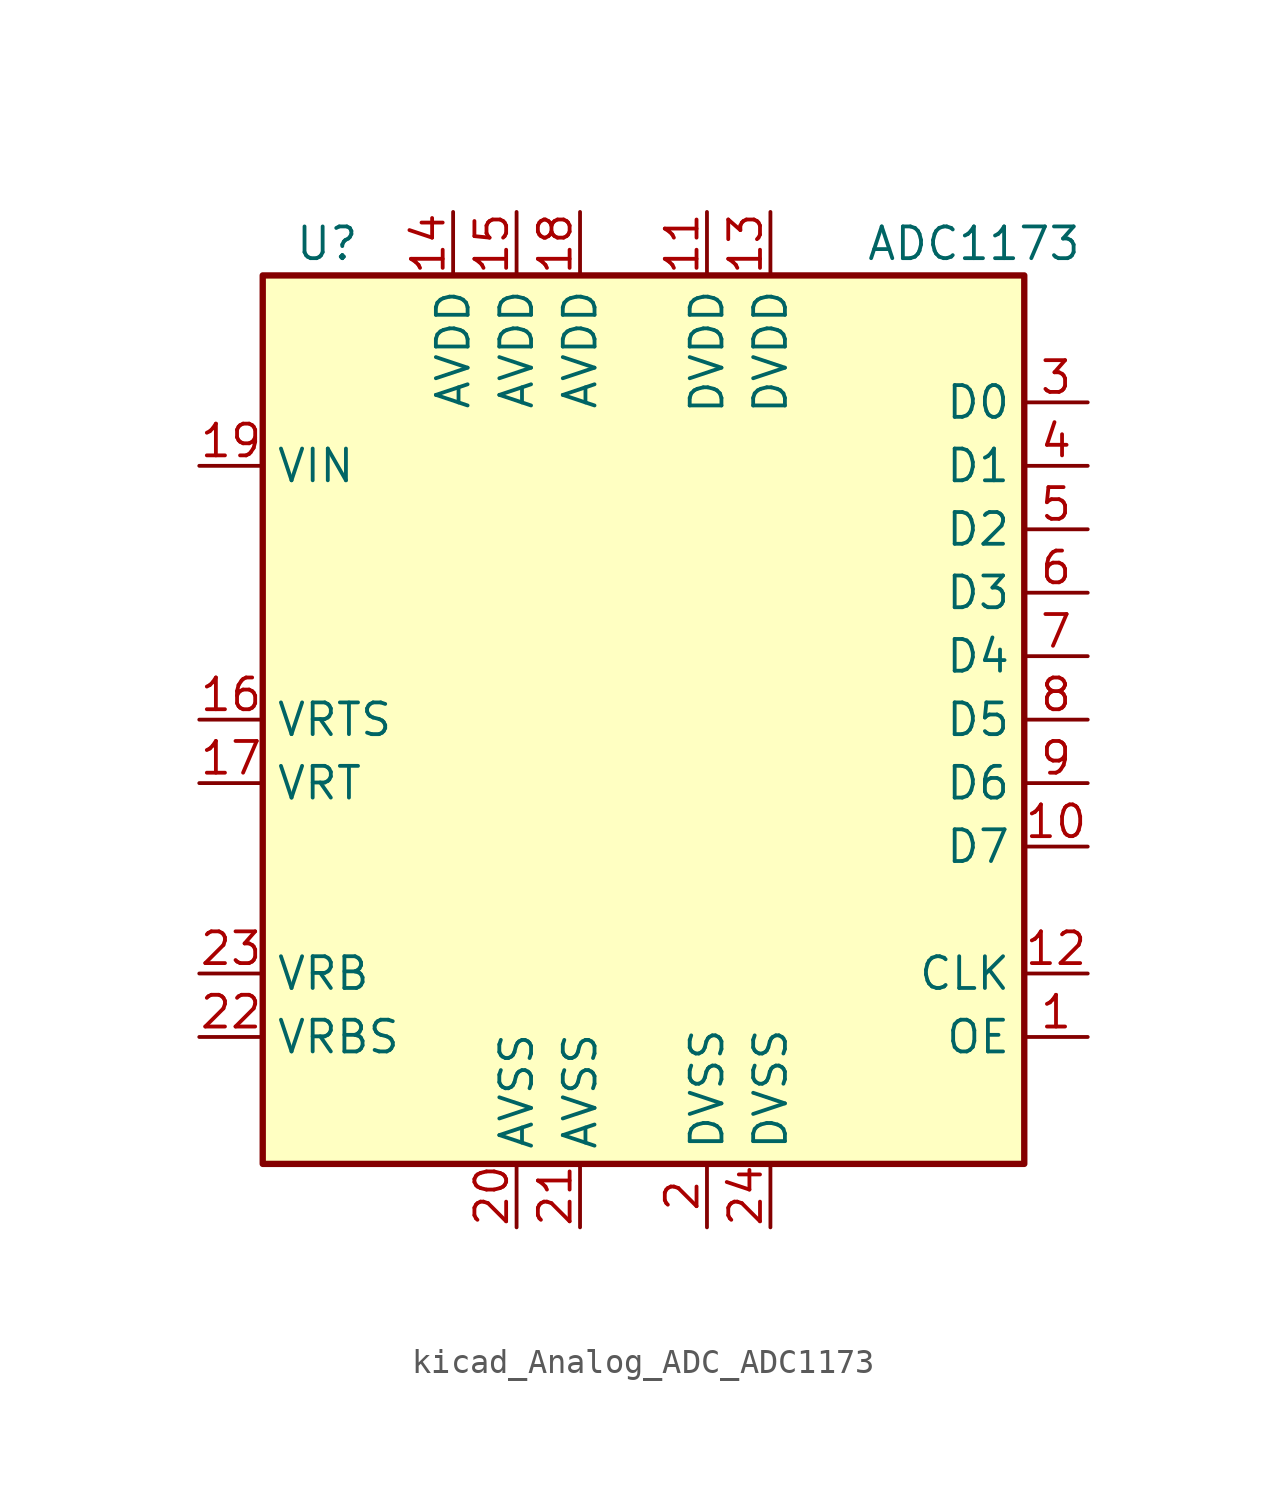
<source format=kicad_sym>
(kicad_symbol_lib
  (version 20220914)
  (generator kicad_symbol_editor)
  (symbol "kicad_Analog_ADC_ADC1173"
    (property "Reference" "U"
      (at -13.97 19.05 0)
      (effects (font (size 1.27 1.27)) (justify left)))
    (property "Value" "ADC1173"
      (at 8.89 19.05 0)
      (effects (font (size 1.27 1.27)) (justify left)))
    (symbol "kicad_Analog_ADC_ADC1173_0_1"
      (rectangle (start -15.24 17.78) (end 15.24 -17.78) (stroke (width 0.254) (type default)) (fill (type background))))
    (symbol "kicad_Analog_ADC_ADC1173_1_1"
      (pin input line (at 17.78 -12.7 180) (length 2.54) (name "OE" (effects (font (size 1.27 1.27)))) (number "1" (effects (font (size 1.27 1.27)))))
      (pin tri_state line (at 17.78 -5.08 180) (length 2.54) (name "D7" (effects (font (size 1.27 1.27)))) (number "10" (effects (font (size 1.27 1.27)))))
      (pin power_in line (at 2.54 20.32 270) (length 2.54) (name "DVDD" (effects (font (size 1.27 1.27)))) (number "11" (effects (font (size 1.27 1.27)))))
      (pin input line (at 17.78 -10.16 180) (length 2.54) (name "CLK" (effects (font (size 1.27 1.27)))) (number "12" (effects (font (size 1.27 1.27)))))
      (pin power_in line (at 5.08 20.32 270) (length 2.54) (name "DVDD" (effects (font (size 1.27 1.27)))) (number "13" (effects (font (size 1.27 1.27)))))
      (pin power_in line (at -7.62 20.32 270) (length 2.54) (name "AVDD" (effects (font (size 1.27 1.27)))) (number "14" (effects (font (size 1.27 1.27)))))
      (pin power_in line (at -5.08 20.32 270) (length 2.54) (name "AVDD" (effects (font (size 1.27 1.27)))) (number "15" (effects (font (size 1.27 1.27)))))
      (pin input line (at -17.78 0 0) (length 2.54) (name "VRTS" (effects (font (size 1.27 1.27)))) (number "16" (effects (font (size 1.27 1.27)))))
      (pin input line (at -17.78 -2.54 0) (length 2.54) (name "VRT" (effects (font (size 1.27 1.27)))) (number "17" (effects (font (size 1.27 1.27)))))
      (pin power_in line (at -2.54 20.32 270) (length 2.54) (name "AVDD" (effects (font (size 1.27 1.27)))) (number "18" (effects (font (size 1.27 1.27)))))
      (pin input line (at -17.78 10.16 0) (length 2.54) (name "VIN" (effects (font (size 1.27 1.27)))) (number "19" (effects (font (size 1.27 1.27)))))
      (pin power_in line (at 2.54 -20.32 90) (length 2.54) (name "DVSS" (effects (font (size 1.27 1.27)))) (number "2" (effects (font (size 1.27 1.27)))))
      (pin power_in line (at -5.08 -20.32 90) (length 2.54) (name "AVSS" (effects (font (size 1.27 1.27)))) (number "20" (effects (font (size 1.27 1.27)))))
      (pin power_in line (at -2.54 -20.32 90) (length 2.54) (name "AVSS" (effects (font (size 1.27 1.27)))) (number "21" (effects (font (size 1.27 1.27)))))
      (pin input line (at -17.78 -12.7 0) (length 2.54) (name "VRBS" (effects (font (size 1.27 1.27)))) (number "22" (effects (font (size 1.27 1.27)))))
      (pin input line (at -17.78 -10.16 0) (length 2.54) (name "VRB" (effects (font (size 1.27 1.27)))) (number "23" (effects (font (size 1.27 1.27)))))
      (pin power_in line (at 5.08 -20.32 90) (length 2.54) (name "DVSS" (effects (font (size 1.27 1.27)))) (number "24" (effects (font (size 1.27 1.27)))))
      (pin tri_state line (at 17.78 12.7 180) (length 2.54) (name "D0" (effects (font (size 1.27 1.27)))) (number "3" (effects (font (size 1.27 1.27)))))
      (pin tri_state line (at 17.78 10.16 180) (length 2.54) (name "D1" (effects (font (size 1.27 1.27)))) (number "4" (effects (font (size 1.27 1.27)))))
      (pin tri_state line (at 17.78 7.62 180) (length 2.54) (name "D2" (effects (font (size 1.27 1.27)))) (number "5" (effects (font (size 1.27 1.27)))))
      (pin tri_state line (at 17.78 5.08 180) (length 2.54) (name "D3" (effects (font (size 1.27 1.27)))) (number "6" (effects (font (size 1.27 1.27)))))
      (pin tri_state line (at 17.78 2.54 180) (length 2.54) (name "D4" (effects (font (size 1.27 1.27)))) (number "7" (effects (font (size 1.27 1.27)))))
      (pin tri_state line (at 17.78 0 180) (length 2.54) (name "D5" (effects (font (size 1.27 1.27)))) (number "8" (effects (font (size 1.27 1.27)))))
      (pin tri_state line (at 17.78 -2.54 180) (length 2.54) (name "D6" (effects (font (size 1.27 1.27)))) (number "9" (effects (font (size 1.27 1.27))))))))
</source>
